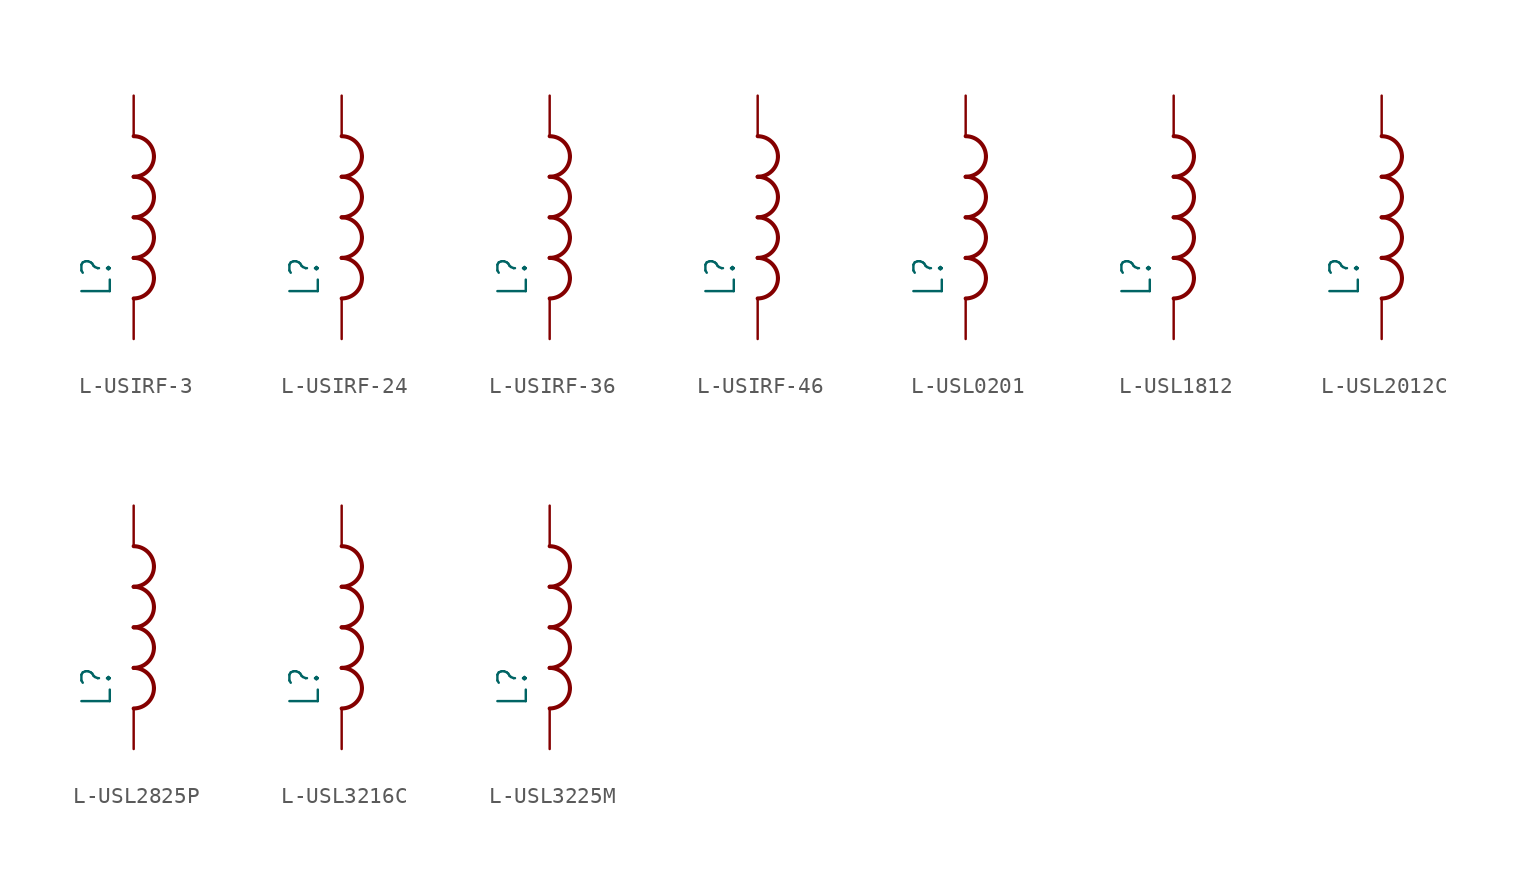
<source format=kicad_sym>
(kicad_symbol_lib
  (version 20231120)
  (generator "kicad_symbol_editor")
  (generator_version "8.0")
  (symbol "L-USIRF-3"
    (property "Reference" "L"
      (at -1.27 -5.08 90)
      (effects (font (size 1.778 1.511)) (justify left bottom)))
    (property "Value" ""
      (at 3.81 -5.08 90)
      (effects (font (size 1.778 1.511)) (justify left bottom)))
    (property "ki_locked" ""
      (at 0 0 0)
      (effects (font (size 1.27 1.27))))
    (symbol "L-USIRF-3_1_0"
      (arc (start 0 -5.08) (mid 0.898 -4.708) (end 1.27 -3.81) (stroke (width 0.254) (type solid)) (fill (type none)))
      (arc (start 0 -2.54) (mid 0.898 -2.168) (end 1.27 -1.27) (stroke (width 0.254) (type solid)) (fill (type none)))
      (arc (start 0 0) (mid 0.898 0.372) (end 1.27 1.27) (stroke (width 0.254) (type solid)) (fill (type none)))
      (arc (start 0 2.54) (mid 0.898 2.912) (end 1.27 3.81) (stroke (width 0.254) (type solid)) (fill (type none)))
      (arc (start 1.27 -3.81) (mid 0.898 -2.912) (end 0 -2.54) (stroke (width 0.254) (type solid)) (fill (type none)))
      (arc (start 1.27 -1.27) (mid 0.898 -0.372) (end 0 0) (stroke (width 0.254) (type solid)) (fill (type none)))
      (arc (start 1.27 1.27) (mid 0.898 2.168) (end 0 2.54) (stroke (width 0.254) (type solid)) (fill (type none)))
      (arc (start 1.27 3.81) (mid 0.898 4.708) (end 0 5.08) (stroke (width 0.254) (type solid)) (fill (type none)))
      (pin passive line (at 0 7.62 270) (length 2.54) (name "1" (effects (font (size 0 0)))) (number "1" (effects (font (size 0 0)))))
      (pin passive line (at 0 -7.62 90) (length 2.54) (name "2" (effects (font (size 0 0)))) (number "2" (effects (font (size 0 0)))))))
  (symbol "L-USIRF-24"
    (property "Reference" "L"
      (at -1.27 -5.08 90)
      (effects (font (size 1.778 1.511)) (justify left bottom)))
    (property "Value" ""
      (at 3.81 -5.08 90)
      (effects (font (size 1.778 1.511)) (justify left bottom)))
    (property "ki_locked" ""
      (at 0 0 0)
      (effects (font (size 1.27 1.27))))
    (symbol "L-USIRF-24_1_0"
      (arc (start 0 -5.08) (mid 0.898 -4.708) (end 1.27 -3.81) (stroke (width 0.254) (type solid)) (fill (type none)))
      (arc (start 0 -2.54) (mid 0.898 -2.168) (end 1.27 -1.27) (stroke (width 0.254) (type solid)) (fill (type none)))
      (arc (start 0 0) (mid 0.898 0.372) (end 1.27 1.27) (stroke (width 0.254) (type solid)) (fill (type none)))
      (arc (start 0 2.54) (mid 0.898 2.912) (end 1.27 3.81) (stroke (width 0.254) (type solid)) (fill (type none)))
      (arc (start 1.27 -3.81) (mid 0.898 -2.912) (end 0 -2.54) (stroke (width 0.254) (type solid)) (fill (type none)))
      (arc (start 1.27 -1.27) (mid 0.898 -0.372) (end 0 0) (stroke (width 0.254) (type solid)) (fill (type none)))
      (arc (start 1.27 1.27) (mid 0.898 2.168) (end 0 2.54) (stroke (width 0.254) (type solid)) (fill (type none)))
      (arc (start 1.27 3.81) (mid 0.898 4.708) (end 0 5.08) (stroke (width 0.254) (type solid)) (fill (type none)))
      (pin passive line (at 0 7.62 270) (length 2.54) (name "1" (effects (font (size 0 0)))) (number "1" (effects (font (size 0 0)))))
      (pin passive line (at 0 -7.62 90) (length 2.54) (name "2" (effects (font (size 0 0)))) (number "2" (effects (font (size 0 0)))))))
  (symbol "L-USIRF-36"
    (property "Reference" "L"
      (at -1.27 -5.08 90)
      (effects (font (size 1.778 1.511)) (justify left bottom)))
    (property "Value" ""
      (at 3.81 -5.08 90)
      (effects (font (size 1.778 1.511)) (justify left bottom)))
    (property "ki_locked" ""
      (at 0 0 0)
      (effects (font (size 1.27 1.27))))
    (symbol "L-USIRF-36_1_0"
      (arc (start 0 -5.08) (mid 0.898 -4.708) (end 1.27 -3.81) (stroke (width 0.254) (type solid)) (fill (type none)))
      (arc (start 0 -2.54) (mid 0.898 -2.168) (end 1.27 -1.27) (stroke (width 0.254) (type solid)) (fill (type none)))
      (arc (start 0 0) (mid 0.898 0.372) (end 1.27 1.27) (stroke (width 0.254) (type solid)) (fill (type none)))
      (arc (start 0 2.54) (mid 0.898 2.912) (end 1.27 3.81) (stroke (width 0.254) (type solid)) (fill (type none)))
      (arc (start 1.27 -3.81) (mid 0.898 -2.912) (end 0 -2.54) (stroke (width 0.254) (type solid)) (fill (type none)))
      (arc (start 1.27 -1.27) (mid 0.898 -0.372) (end 0 0) (stroke (width 0.254) (type solid)) (fill (type none)))
      (arc (start 1.27 1.27) (mid 0.898 2.168) (end 0 2.54) (stroke (width 0.254) (type solid)) (fill (type none)))
      (arc (start 1.27 3.81) (mid 0.898 4.708) (end 0 5.08) (stroke (width 0.254) (type solid)) (fill (type none)))
      (pin passive line (at 0 7.62 270) (length 2.54) (name "1" (effects (font (size 0 0)))) (number "1" (effects (font (size 0 0)))))
      (pin passive line (at 0 -7.62 90) (length 2.54) (name "2" (effects (font (size 0 0)))) (number "2" (effects (font (size 0 0)))))))
  (symbol "L-USIRF-46"
    (property "Reference" "L"
      (at -1.27 -5.08 90)
      (effects (font (size 1.778 1.511)) (justify left bottom)))
    (property "Value" ""
      (at 3.81 -5.08 90)
      (effects (font (size 1.778 1.511)) (justify left bottom)))
    (property "ki_locked" ""
      (at 0 0 0)
      (effects (font (size 1.27 1.27))))
    (symbol "L-USIRF-46_1_0"
      (arc (start 0 -5.08) (mid 0.898 -4.708) (end 1.27 -3.81) (stroke (width 0.254) (type solid)) (fill (type none)))
      (arc (start 0 -2.54) (mid 0.898 -2.168) (end 1.27 -1.27) (stroke (width 0.254) (type solid)) (fill (type none)))
      (arc (start 0 0) (mid 0.898 0.372) (end 1.27 1.27) (stroke (width 0.254) (type solid)) (fill (type none)))
      (arc (start 0 2.54) (mid 0.898 2.912) (end 1.27 3.81) (stroke (width 0.254) (type solid)) (fill (type none)))
      (arc (start 1.27 -3.81) (mid 0.898 -2.912) (end 0 -2.54) (stroke (width 0.254) (type solid)) (fill (type none)))
      (arc (start 1.27 -1.27) (mid 0.898 -0.372) (end 0 0) (stroke (width 0.254) (type solid)) (fill (type none)))
      (arc (start 1.27 1.27) (mid 0.898 2.168) (end 0 2.54) (stroke (width 0.254) (type solid)) (fill (type none)))
      (arc (start 1.27 3.81) (mid 0.898 4.708) (end 0 5.08) (stroke (width 0.254) (type solid)) (fill (type none)))
      (pin passive line (at 0 7.62 270) (length 2.54) (name "1" (effects (font (size 0 0)))) (number "1" (effects (font (size 0 0)))))
      (pin passive line (at 0 -7.62 90) (length 2.54) (name "2" (effects (font (size 0 0)))) (number "2" (effects (font (size 0 0)))))))
  (symbol "L-USL0201"
    (property "Reference" "L"
      (at -1.27 -5.08 90)
      (effects (font (size 1.778 1.511)) (justify left bottom)))
    (property "Value" ""
      (at 3.81 -5.08 90)
      (effects (font (size 1.778 1.511)) (justify left bottom)))
    (property "ki_locked" ""
      (at 0 0 0)
      (effects (font (size 1.27 1.27))))
    (symbol "L-USL0201_1_0"
      (arc (start 0 -5.08) (mid 0.898 -4.708) (end 1.27 -3.81) (stroke (width 0.254) (type solid)) (fill (type none)))
      (arc (start 0 -2.54) (mid 0.898 -2.168) (end 1.27 -1.27) (stroke (width 0.254) (type solid)) (fill (type none)))
      (arc (start 0 0) (mid 0.898 0.372) (end 1.27 1.27) (stroke (width 0.254) (type solid)) (fill (type none)))
      (arc (start 0 2.54) (mid 0.898 2.912) (end 1.27 3.81) (stroke (width 0.254) (type solid)) (fill (type none)))
      (arc (start 1.27 -3.81) (mid 0.898 -2.912) (end 0 -2.54) (stroke (width 0.254) (type solid)) (fill (type none)))
      (arc (start 1.27 -1.27) (mid 0.898 -0.372) (end 0 0) (stroke (width 0.254) (type solid)) (fill (type none)))
      (arc (start 1.27 1.27) (mid 0.898 2.168) (end 0 2.54) (stroke (width 0.254) (type solid)) (fill (type none)))
      (arc (start 1.27 3.81) (mid 0.898 4.708) (end 0 5.08) (stroke (width 0.254) (type solid)) (fill (type none)))
      (pin passive line (at 0 7.62 270) (length 2.54) (name "1" (effects (font (size 0 0)))) (number "1" (effects (font (size 0 0)))))
      (pin passive line (at 0 -7.62 90) (length 2.54) (name "2" (effects (font (size 0 0)))) (number "2" (effects (font (size 0 0)))))))
  (symbol "L-USL1812"
    (property "Reference" "L"
      (at -1.27 -5.08 90)
      (effects (font (size 1.778 1.511)) (justify left bottom)))
    (property "Value" ""
      (at 3.81 -5.08 90)
      (effects (font (size 1.778 1.511)) (justify left bottom)))
    (property "ki_locked" ""
      (at 0 0 0)
      (effects (font (size 1.27 1.27))))
    (symbol "L-USL1812_1_0"
      (arc (start 0 -5.08) (mid 0.898 -4.708) (end 1.27 -3.81) (stroke (width 0.254) (type solid)) (fill (type none)))
      (arc (start 0 -2.54) (mid 0.898 -2.168) (end 1.27 -1.27) (stroke (width 0.254) (type solid)) (fill (type none)))
      (arc (start 0 0) (mid 0.898 0.372) (end 1.27 1.27) (stroke (width 0.254) (type solid)) (fill (type none)))
      (arc (start 0 2.54) (mid 0.898 2.912) (end 1.27 3.81) (stroke (width 0.254) (type solid)) (fill (type none)))
      (arc (start 1.27 -3.81) (mid 0.898 -2.912) (end 0 -2.54) (stroke (width 0.254) (type solid)) (fill (type none)))
      (arc (start 1.27 -1.27) (mid 0.898 -0.372) (end 0 0) (stroke (width 0.254) (type solid)) (fill (type none)))
      (arc (start 1.27 1.27) (mid 0.898 2.168) (end 0 2.54) (stroke (width 0.254) (type solid)) (fill (type none)))
      (arc (start 1.27 3.81) (mid 0.898 4.708) (end 0 5.08) (stroke (width 0.254) (type solid)) (fill (type none)))
      (pin passive line (at 0 7.62 270) (length 2.54) (name "1" (effects (font (size 0 0)))) (number "1" (effects (font (size 0 0)))))
      (pin passive line (at 0 -7.62 90) (length 2.54) (name "2" (effects (font (size 0 0)))) (number "2" (effects (font (size 0 0)))))))
  (symbol "L-USL2012C"
    (property "Reference" "L"
      (at -1.27 -5.08 90)
      (effects (font (size 1.778 1.511)) (justify left bottom)))
    (property "Value" ""
      (at 3.81 -5.08 90)
      (effects (font (size 1.778 1.511)) (justify left bottom)))
    (property "ki_locked" ""
      (at 0 0 0)
      (effects (font (size 1.27 1.27))))
    (symbol "L-USL2012C_1_0"
      (arc (start 0 -5.08) (mid 0.898 -4.708) (end 1.27 -3.81) (stroke (width 0.254) (type solid)) (fill (type none)))
      (arc (start 0 -2.54) (mid 0.898 -2.168) (end 1.27 -1.27) (stroke (width 0.254) (type solid)) (fill (type none)))
      (arc (start 0 0) (mid 0.898 0.372) (end 1.27 1.27) (stroke (width 0.254) (type solid)) (fill (type none)))
      (arc (start 0 2.54) (mid 0.898 2.912) (end 1.27 3.81) (stroke (width 0.254) (type solid)) (fill (type none)))
      (arc (start 1.27 -3.81) (mid 0.898 -2.912) (end 0 -2.54) (stroke (width 0.254) (type solid)) (fill (type none)))
      (arc (start 1.27 -1.27) (mid 0.898 -0.372) (end 0 0) (stroke (width 0.254) (type solid)) (fill (type none)))
      (arc (start 1.27 1.27) (mid 0.898 2.168) (end 0 2.54) (stroke (width 0.254) (type solid)) (fill (type none)))
      (arc (start 1.27 3.81) (mid 0.898 4.708) (end 0 5.08) (stroke (width 0.254) (type solid)) (fill (type none)))
      (pin passive line (at 0 7.62 270) (length 2.54) (name "1" (effects (font (size 0 0)))) (number "1" (effects (font (size 0 0)))))
      (pin passive line (at 0 -7.62 90) (length 2.54) (name "2" (effects (font (size 0 0)))) (number "2" (effects (font (size 0 0)))))))
  (symbol "L-USL2825P"
    (property "Reference" "L"
      (at -1.27 -5.08 90)
      (effects (font (size 1.778 1.511)) (justify left bottom)))
    (property "Value" ""
      (at 3.81 -5.08 90)
      (effects (font (size 1.778 1.511)) (justify left bottom)))
    (property "ki_locked" ""
      (at 0 0 0)
      (effects (font (size 1.27 1.27))))
    (symbol "L-USL2825P_1_0"
      (arc (start 0 -5.08) (mid 0.898 -4.708) (end 1.27 -3.81) (stroke (width 0.254) (type solid)) (fill (type none)))
      (arc (start 0 -2.54) (mid 0.898 -2.168) (end 1.27 -1.27) (stroke (width 0.254) (type solid)) (fill (type none)))
      (arc (start 0 0) (mid 0.898 0.372) (end 1.27 1.27) (stroke (width 0.254) (type solid)) (fill (type none)))
      (arc (start 0 2.54) (mid 0.898 2.912) (end 1.27 3.81) (stroke (width 0.254) (type solid)) (fill (type none)))
      (arc (start 1.27 -3.81) (mid 0.898 -2.912) (end 0 -2.54) (stroke (width 0.254) (type solid)) (fill (type none)))
      (arc (start 1.27 -1.27) (mid 0.898 -0.372) (end 0 0) (stroke (width 0.254) (type solid)) (fill (type none)))
      (arc (start 1.27 1.27) (mid 0.898 2.168) (end 0 2.54) (stroke (width 0.254) (type solid)) (fill (type none)))
      (arc (start 1.27 3.81) (mid 0.898 4.708) (end 0 5.08) (stroke (width 0.254) (type solid)) (fill (type none)))
      (pin passive line (at 0 7.62 270) (length 2.54) (name "1" (effects (font (size 0 0)))) (number "1" (effects (font (size 0 0)))))
      (pin passive line (at 0 -7.62 90) (length 2.54) (name "2" (effects (font (size 0 0)))) (number "2" (effects (font (size 0 0)))))))
  (symbol "L-USL3216C"
    (property "Reference" "L"
      (at -1.27 -5.08 90)
      (effects (font (size 1.778 1.511)) (justify left bottom)))
    (property "Value" ""
      (at 3.81 -5.08 90)
      (effects (font (size 1.778 1.511)) (justify left bottom)))
    (property "ki_locked" ""
      (at 0 0 0)
      (effects (font (size 1.27 1.27))))
    (symbol "L-USL3216C_1_0"
      (arc (start 0 -5.08) (mid 0.898 -4.708) (end 1.27 -3.81) (stroke (width 0.254) (type solid)) (fill (type none)))
      (arc (start 0 -2.54) (mid 0.898 -2.168) (end 1.27 -1.27) (stroke (width 0.254) (type solid)) (fill (type none)))
      (arc (start 0 0) (mid 0.898 0.372) (end 1.27 1.27) (stroke (width 0.254) (type solid)) (fill (type none)))
      (arc (start 0 2.54) (mid 0.898 2.912) (end 1.27 3.81) (stroke (width 0.254) (type solid)) (fill (type none)))
      (arc (start 1.27 -3.81) (mid 0.898 -2.912) (end 0 -2.54) (stroke (width 0.254) (type solid)) (fill (type none)))
      (arc (start 1.27 -1.27) (mid 0.898 -0.372) (end 0 0) (stroke (width 0.254) (type solid)) (fill (type none)))
      (arc (start 1.27 1.27) (mid 0.898 2.168) (end 0 2.54) (stroke (width 0.254) (type solid)) (fill (type none)))
      (arc (start 1.27 3.81) (mid 0.898 4.708) (end 0 5.08) (stroke (width 0.254) (type solid)) (fill (type none)))
      (pin passive line (at 0 7.62 270) (length 2.54) (name "1" (effects (font (size 0 0)))) (number "1" (effects (font (size 0 0)))))
      (pin passive line (at 0 -7.62 90) (length 2.54) (name "2" (effects (font (size 0 0)))) (number "2" (effects (font (size 0 0)))))))
  (symbol "L-USL3225M"
    (property "Reference" "L"
      (at -1.27 -5.08 90)
      (effects (font (size 1.778 1.511)) (justify left bottom)))
    (property "Value" ""
      (at 3.81 -5.08 90)
      (effects (font (size 1.778 1.511)) (justify left bottom)))
    (property "ki_locked" ""
      (at 0 0 0)
      (effects (font (size 1.27 1.27))))
    (symbol "L-USL3225M_1_0"
      (arc (start 0 -5.08) (mid 0.898 -4.708) (end 1.27 -3.81) (stroke (width 0.254) (type solid)) (fill (type none)))
      (arc (start 0 -2.54) (mid 0.898 -2.168) (end 1.27 -1.27) (stroke (width 0.254) (type solid)) (fill (type none)))
      (arc (start 0 0) (mid 0.898 0.372) (end 1.27 1.27) (stroke (width 0.254) (type solid)) (fill (type none)))
      (arc (start 0 2.54) (mid 0.898 2.912) (end 1.27 3.81) (stroke (width 0.254) (type solid)) (fill (type none)))
      (arc (start 1.27 -3.81) (mid 0.898 -2.912) (end 0 -2.54) (stroke (width 0.254) (type solid)) (fill (type none)))
      (arc (start 1.27 -1.27) (mid 0.898 -0.372) (end 0 0) (stroke (width 0.254) (type solid)) (fill (type none)))
      (arc (start 1.27 1.27) (mid 0.898 2.168) (end 0 2.54) (stroke (width 0.254) (type solid)) (fill (type none)))
      (arc (start 1.27 3.81) (mid 0.898 4.708) (end 0 5.08) (stroke (width 0.254) (type solid)) (fill (type none)))
      (pin passive line (at 0 7.62 270) (length 2.54) (name "1" (effects (font (size 0 0)))) (number "1" (effects (font (size 0 0)))))
      (pin passive line (at 0 -7.62 90) (length 2.54) (name "2" (effects (font (size 0 0)))) (number "2" (effects (font (size 0 0))))))))
</source>
